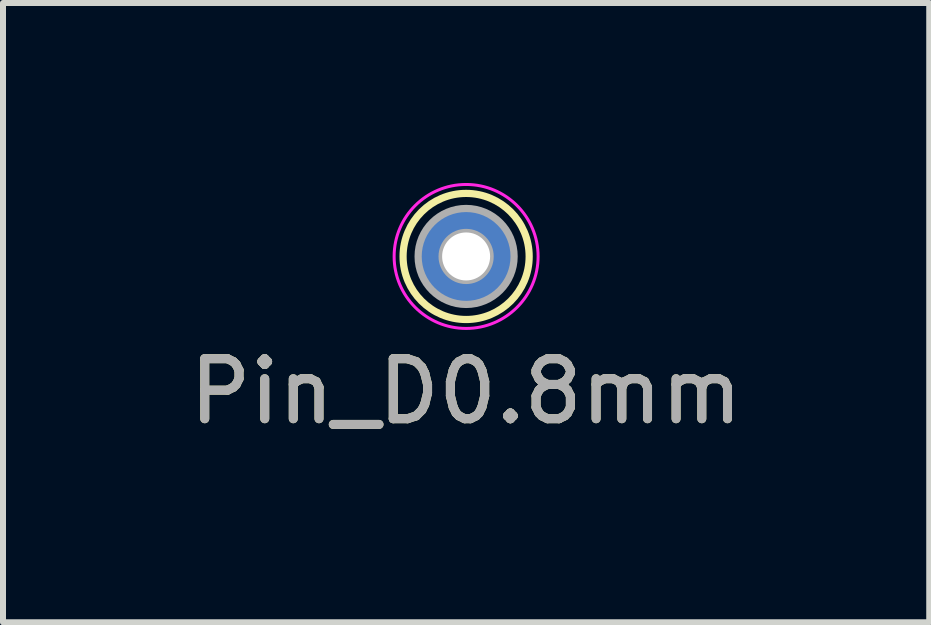
<source format=kicad_pcb>
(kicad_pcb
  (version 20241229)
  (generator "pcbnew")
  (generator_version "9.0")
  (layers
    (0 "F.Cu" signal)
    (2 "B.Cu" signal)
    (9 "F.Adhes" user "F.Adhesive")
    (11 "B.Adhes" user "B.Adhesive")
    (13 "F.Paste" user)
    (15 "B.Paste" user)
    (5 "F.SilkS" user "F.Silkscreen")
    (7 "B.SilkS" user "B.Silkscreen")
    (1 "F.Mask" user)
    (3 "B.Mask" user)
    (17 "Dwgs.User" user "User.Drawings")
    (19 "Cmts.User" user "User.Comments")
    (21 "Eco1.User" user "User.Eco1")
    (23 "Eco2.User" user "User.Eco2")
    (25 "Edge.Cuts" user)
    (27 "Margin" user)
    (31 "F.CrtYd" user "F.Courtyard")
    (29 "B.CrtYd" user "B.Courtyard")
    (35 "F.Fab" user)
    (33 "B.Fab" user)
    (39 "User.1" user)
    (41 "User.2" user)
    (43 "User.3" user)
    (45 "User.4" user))
  (footprint "Pin_D0.8mm"
    (layer "F.Cu")
    (at 4.72 1.225)
    (property "Reference" "Pin_D0.8mm" (at 0 2.25 0) (layer "F.SilkS") (effects (font (size 1 1) (thickness 0.15))))
    (attr through_hole)
    (fp_circle (center 0 0) (end 1.051 0) (stroke (width 0.12) (type solid)) (fill no) (layer "F.SilkS"))
    (fp_circle (center 0 0) (end 1.2 0) (stroke (width 0.05) (type solid)) (fill no) (layer "F.CrtYd"))
    (fp_circle (center 0 0) (end 0.4 0) (stroke (width 0.12) (type solid)) (fill no) (layer "F.Fab"))
    (fp_circle (center 0 0) (end 0.8 0) (stroke (width 0.12) (type solid)) (fill no) (layer "F.Fab"))
    (fp_text user "${REFERENCE}" (at 0 2.25 0) (layer "F.Fab") (effects (font (size 1 1) (thickness 0.15))))
    (pad "1" thru_hole circle (at 0 0) (size 1.6 1.6) (drill 0.8) (layers "*.Cu" "*.Mask")))
  (gr_rect
    (start -3 -3)
    (end 12.44 7.323)
    (stroke (width 0.1) (type default))
    (fill no)
    (layer "Edge.Cuts")))
</source>
